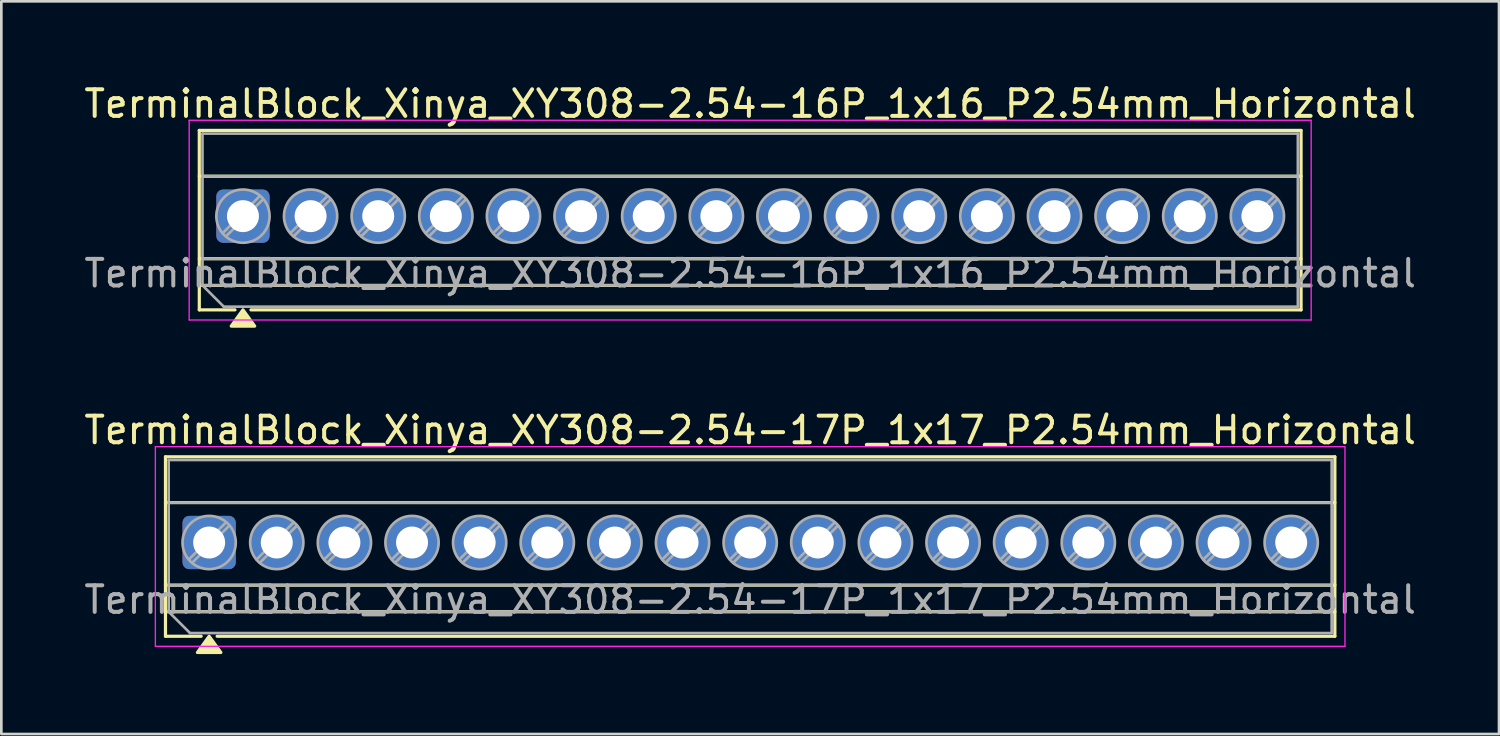
<source format=kicad_pcb>
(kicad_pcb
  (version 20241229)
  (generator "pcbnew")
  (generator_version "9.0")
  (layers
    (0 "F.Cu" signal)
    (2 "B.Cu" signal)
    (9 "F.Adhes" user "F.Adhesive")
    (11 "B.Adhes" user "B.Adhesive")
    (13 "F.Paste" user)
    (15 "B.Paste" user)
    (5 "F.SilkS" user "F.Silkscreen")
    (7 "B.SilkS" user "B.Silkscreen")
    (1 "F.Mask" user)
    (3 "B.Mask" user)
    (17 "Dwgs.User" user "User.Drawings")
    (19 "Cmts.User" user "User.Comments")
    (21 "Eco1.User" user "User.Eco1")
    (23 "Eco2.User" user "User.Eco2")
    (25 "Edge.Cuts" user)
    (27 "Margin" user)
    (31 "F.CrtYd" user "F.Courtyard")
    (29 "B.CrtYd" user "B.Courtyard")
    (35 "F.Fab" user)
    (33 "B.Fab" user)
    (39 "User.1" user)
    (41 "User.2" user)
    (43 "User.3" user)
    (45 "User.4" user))
  (footprint "TerminalBlock_Xinya_XY308-2.54-16P_1x16_P2.54mm_Horizontal"
    (layer "F.Cu")
    (at 6.075 5.068)
    (property "Reference" "TerminalBlock_Xinya_XY308-2.54-16P_1x16_P2.54mm_Horizontal" (at 19.05 -4.22 0) (layer "F.SilkS") (effects (font (size 1 1) (thickness 0.15))))
    (attr through_hole)
    (fp_line (start -1.64 -3.22) (end -1.64 3.52) (stroke (width 0.12) (type solid)) (layer "F.SilkS"))
    (fp_line (start -1.64 -3.22) (end 39.74 -3.22) (stroke (width 0.12) (type solid)) (layer "F.SilkS"))
    (fp_line (start -1.64 -1.5) (end 39.74 -1.5) (stroke (width 0.12) (type solid)) (layer "F.SilkS"))
    (fp_line (start -1.64 1.6) (end 39.74 1.6) (stroke (width 0.12) (type solid)) (layer "F.SilkS"))
    (fp_line (start -1.64 2.6) (end 39.74 2.6) (stroke (width 0.12) (type solid)) (layer "F.SilkS"))
    (fp_line (start -1.64 3.52) (end -0.3 3.52) (stroke (width 0.12) (type solid)) (layer "F.SilkS"))
    (fp_line (start 0.3 3.52) (end 39.74 3.52) (stroke (width 0.12) (type solid)) (layer "F.SilkS"))
    (fp_line (start 39.74 -3.22) (end 39.74 3.52) (stroke (width 0.12) (type solid)) (layer "F.SilkS"))
    (fp_poly (pts (xy 0 3.52) (xy 0.44 4.13) (xy -0.44 4.13)) (stroke (width 0.12) (type solid)) (fill yes) (layer "F.SilkS"))
    (fp_line (start -2.02 -3.6) (end -2.02 3.9) (stroke (width 0.05) (type solid)) (layer "F.CrtYd"))
    (fp_line (start -2.02 3.9) (end 40.12 3.9) (stroke (width 0.05) (type solid)) (layer "F.CrtYd"))
    (fp_line (start 40.12 -3.6) (end -2.02 -3.6) (stroke (width 0.05) (type solid)) (layer "F.CrtYd"))
    (fp_line (start 40.12 3.9) (end 40.12 -3.6) (stroke (width 0.05) (type solid)) (layer "F.CrtYd"))
    (fp_line (start -1.52 -3.1) (end 39.62 -3.1) (stroke (width 0.1) (type solid)) (layer "F.Fab"))
    (fp_line (start -1.52 -1.5) (end 39.62 -1.5) (stroke (width 0.1) (type solid)) (layer "F.Fab"))
    (fp_line (start -1.52 1.6) (end 39.62 1.6) (stroke (width 0.1) (type solid)) (layer "F.Fab"))
    (fp_line (start -1.52 2.6) (end -1.52 -3.1) (stroke (width 0.1) (type solid)) (layer "F.Fab"))
    (fp_line (start -1.52 2.6) (end 39.62 2.6) (stroke (width 0.1) (type solid)) (layer "F.Fab"))
    (fp_line (start -0.72 3.4) (end -1.52 2.6) (stroke (width 0.1) (type solid)) (layer "F.Fab"))
    (fp_line (start 0.636 -0.758) (end -0.758 0.636) (stroke (width 0.1) (type solid)) (layer "F.Fab"))
    (fp_line (start 0.758 -0.636) (end -0.636 0.758) (stroke (width 0.1) (type solid)) (layer "F.Fab"))
    (fp_line (start 3.176 -0.758) (end 1.782 0.636) (stroke (width 0.1) (type solid)) (layer "F.Fab"))
    (fp_line (start 3.298 -0.636) (end 1.904 0.758) (stroke (width 0.1) (type solid)) (layer "F.Fab"))
    (fp_line (start 5.716 -0.758) (end 4.322 0.636) (stroke (width 0.1) (type solid)) (layer "F.Fab"))
    (fp_line (start 5.838 -0.636) (end 4.444 0.758) (stroke (width 0.1) (type solid)) (layer "F.Fab"))
    (fp_line (start 8.256 -0.758) (end 6.862 0.636) (stroke (width 0.1) (type solid)) (layer "F.Fab"))
    (fp_line (start 8.378 -0.636) (end 6.984 0.758) (stroke (width 0.1) (type solid)) (layer "F.Fab"))
    (fp_line (start 10.796 -0.758) (end 9.402 0.636) (stroke (width 0.1) (type solid)) (layer "F.Fab"))
    (fp_line (start 10.918 -0.636) (end 9.524 0.758) (stroke (width 0.1) (type solid)) (layer "F.Fab"))
    (fp_line (start 13.336 -0.758) (end 11.942 0.636) (stroke (width 0.1) (type solid)) (layer "F.Fab"))
    (fp_line (start 13.458 -0.636) (end 12.064 0.758) (stroke (width 0.1) (type solid)) (layer "F.Fab"))
    (fp_line (start 15.876 -0.758) (end 14.482 0.636) (stroke (width 0.1) (type solid)) (layer "F.Fab"))
    (fp_line (start 15.998 -0.636) (end 14.604 0.758) (stroke (width 0.1) (type solid)) (layer "F.Fab"))
    (fp_line (start 18.416 -0.758) (end 17.022 0.636) (stroke (width 0.1) (type solid)) (layer "F.Fab"))
    (fp_line (start 18.538 -0.636) (end 17.144 0.758) (stroke (width 0.1) (type solid)) (layer "F.Fab"))
    (fp_line (start 20.956 -0.758) (end 19.562 0.636) (stroke (width 0.1) (type solid)) (layer "F.Fab"))
    (fp_line (start 21.078 -0.636) (end 19.684 0.758) (stroke (width 0.1) (type solid)) (layer "F.Fab"))
    (fp_line (start 23.496 -0.758) (end 22.102 0.636) (stroke (width 0.1) (type solid)) (layer "F.Fab"))
    (fp_line (start 23.618 -0.636) (end 22.224 0.758) (stroke (width 0.1) (type solid)) (layer "F.Fab"))
    (fp_line (start 26.036 -0.758) (end 24.642 0.636) (stroke (width 0.1) (type solid)) (layer "F.Fab"))
    (fp_line (start 26.158 -0.636) (end 24.764 0.758) (stroke (width 0.1) (type solid)) (layer "F.Fab"))
    (fp_line (start 28.576 -0.758) (end 27.182 0.636) (stroke (width 0.1) (type solid)) (layer "F.Fab"))
    (fp_line (start 28.698 -0.636) (end 27.304 0.758) (stroke (width 0.1) (type solid)) (layer "F.Fab"))
    (fp_line (start 31.116 -0.758) (end 29.722 0.636) (stroke (width 0.1) (type solid)) (layer "F.Fab"))
    (fp_line (start 31.238 -0.636) (end 29.844 0.758) (stroke (width 0.1) (type solid)) (layer "F.Fab"))
    (fp_line (start 33.656 -0.758) (end 32.262 0.636) (stroke (width 0.1) (type solid)) (layer "F.Fab"))
    (fp_line (start 33.778 -0.636) (end 32.384 0.758) (stroke (width 0.1) (type solid)) (layer "F.Fab"))
    (fp_line (start 36.196 -0.758) (end 34.802 0.636) (stroke (width 0.1) (type solid)) (layer "F.Fab"))
    (fp_line (start 36.318 -0.636) (end 34.924 0.758) (stroke (width 0.1) (type solid)) (layer "F.Fab"))
    (fp_line (start 38.736 -0.758) (end 37.342 0.636) (stroke (width 0.1) (type solid)) (layer "F.Fab"))
    (fp_line (start 38.858 -0.636) (end 37.464 0.758) (stroke (width 0.1) (type solid)) (layer "F.Fab"))
    (fp_line (start 39.62 -3.1) (end 39.62 3.4) (stroke (width 0.1) (type solid)) (layer "F.Fab"))
    (fp_line (start 39.62 3.4) (end -0.72 3.4) (stroke (width 0.1) (type solid)) (layer "F.Fab"))
    (fp_circle (center 0 0) (end 1 0) (stroke (width 0.1) (type solid)) (fill no) (layer "F.Fab"))
    (fp_circle (center 2.54 0) (end 3.54 0) (stroke (width 0.1) (type solid)) (fill no) (layer "F.Fab"))
    (fp_circle (center 5.08 0) (end 6.08 0) (stroke (width 0.1) (type solid)) (fill no) (layer "F.Fab"))
    (fp_circle (center 7.62 0) (end 8.62 0) (stroke (width 0.1) (type solid)) (fill no) (layer "F.Fab"))
    (fp_circle (center 10.16 0) (end 11.16 0) (stroke (width 0.1) (type solid)) (fill no) (layer "F.Fab"))
    (fp_circle (center 12.7 0) (end 13.7 0) (stroke (width 0.1) (type solid)) (fill no) (layer "F.Fab"))
    (fp_circle (center 15.24 0) (end 16.24 0) (stroke (width 0.1) (type solid)) (fill no) (layer "F.Fab"))
    (fp_circle (center 17.78 0) (end 18.78 0) (stroke (width 0.1) (type solid)) (fill no) (layer "F.Fab"))
    (fp_circle (center 20.32 0) (end 21.32 0) (stroke (width 0.1) (type solid)) (fill no) (layer "F.Fab"))
    (fp_circle (center 22.86 0) (end 23.86 0) (stroke (width 0.1) (type solid)) (fill no) (layer "F.Fab"))
    (fp_circle (center 25.4 0) (end 26.4 0) (stroke (width 0.1) (type solid)) (fill no) (layer "F.Fab"))
    (fp_circle (center 27.94 0) (end 28.94 0) (stroke (width 0.1) (type solid)) (fill no) (layer "F.Fab"))
    (fp_circle (center 30.48 0) (end 31.48 0) (stroke (width 0.1) (type solid)) (fill no) (layer "F.Fab"))
    (fp_circle (center 33.02 0) (end 34.02 0) (stroke (width 0.1) (type solid)) (fill no) (layer "F.Fab"))
    (fp_circle (center 35.56 0) (end 36.56 0) (stroke (width 0.1) (type solid)) (fill no) (layer "F.Fab"))
    (fp_circle (center 38.1 0) (end 39.1 0) (stroke (width 0.1) (type solid)) (fill no) (layer "F.Fab"))
    (fp_text user "${REFERENCE}" (at 19.05 2.15 0) (layer "F.Fab") (effects (font (size 1 1) (thickness 0.15))))
    (pad "1" thru_hole roundrect (at 0 0) (size 2 2) (drill 1.2) (layers "*.Cu" "*.Mask") (roundrect_rratio 0.125))
    (pad "2" thru_hole circle (at 2.54 0) (size 2 2) (drill 1.2) (layers "*.Cu" "*.Mask"))
    (pad "3" thru_hole circle (at 5.08 0) (size 2 2) (drill 1.2) (layers "*.Cu" "*.Mask"))
    (pad "4" thru_hole circle (at 7.62 0) (size 2 2) (drill 1.2) (layers "*.Cu" "*.Mask"))
    (pad "5" thru_hole circle (at 10.16 0) (size 2 2) (drill 1.2) (layers "*.Cu" "*.Mask"))
    (pad "6" thru_hole circle (at 12.7 0) (size 2 2) (drill 1.2) (layers "*.Cu" "*.Mask"))
    (pad "7" thru_hole circle (at 15.24 0) (size 2 2) (drill 1.2) (layers "*.Cu" "*.Mask"))
    (pad "8" thru_hole circle (at 17.78 0) (size 2 2) (drill 1.2) (layers "*.Cu" "*.Mask"))
    (pad "9" thru_hole circle (at 20.32 0) (size 2 2) (drill 1.2) (layers "*.Cu" "*.Mask"))
    (pad "10" thru_hole circle (at 22.86 0) (size 2 2) (drill 1.2) (layers "*.Cu" "*.Mask"))
    (pad "11" thru_hole circle (at 25.4 0) (size 2 2) (drill 1.2) (layers "*.Cu" "*.Mask"))
    (pad "12" thru_hole circle (at 27.94 0) (size 2 2) (drill 1.2) (layers "*.Cu" "*.Mask"))
    (pad "13" thru_hole circle (at 30.48 0) (size 2 2) (drill 1.2) (layers "*.Cu" "*.Mask"))
    (pad "14" thru_hole circle (at 33.02 0) (size 2 2) (drill 1.2) (layers "*.Cu" "*.Mask"))
    (pad "15" thru_hole circle (at 35.56 0) (size 2 2) (drill 1.2) (layers "*.Cu" "*.Mask"))
    (pad "16" thru_hole circle (at 38.1 0) (size 2 2) (drill 1.2) (layers "*.Cu" "*.Mask")))
  (footprint "TerminalBlock_Xinya_XY308-2.54-17P_1x17_P2.54mm_Horizontal"
    (layer "F.Cu")
    (at 4.805 17.326)
    (property "Reference" "TerminalBlock_Xinya_XY308-2.54-17P_1x17_P2.54mm_Horizontal" (at 20.32 -4.22 0) (layer "F.SilkS") (effects (font (size 1 1) (thickness 0.15))))
    (attr through_hole)
    (fp_line (start -1.64 -3.22) (end -1.64 3.52) (stroke (width 0.12) (type solid)) (layer "F.SilkS"))
    (fp_line (start -1.64 -3.22) (end 42.28 -3.22) (stroke (width 0.12) (type solid)) (layer "F.SilkS"))
    (fp_line (start -1.64 -1.5) (end 42.28 -1.5) (stroke (width 0.12) (type solid)) (layer "F.SilkS"))
    (fp_line (start -1.64 1.6) (end 42.28 1.6) (stroke (width 0.12) (type solid)) (layer "F.SilkS"))
    (fp_line (start -1.64 2.6) (end 42.28 2.6) (stroke (width 0.12) (type solid)) (layer "F.SilkS"))
    (fp_line (start -1.64 3.52) (end -0.3 3.52) (stroke (width 0.12) (type solid)) (layer "F.SilkS"))
    (fp_line (start 0.3 3.52) (end 42.28 3.52) (stroke (width 0.12) (type solid)) (layer "F.SilkS"))
    (fp_line (start 42.28 -3.22) (end 42.28 3.52) (stroke (width 0.12) (type solid)) (layer "F.SilkS"))
    (fp_poly (pts (xy 0 3.52) (xy 0.44 4.13) (xy -0.44 4.13)) (stroke (width 0.12) (type solid)) (fill yes) (layer "F.SilkS"))
    (fp_line (start -2.02 -3.6) (end -2.02 3.9) (stroke (width 0.05) (type solid)) (layer "F.CrtYd"))
    (fp_line (start -2.02 3.9) (end 42.66 3.9) (stroke (width 0.05) (type solid)) (layer "F.CrtYd"))
    (fp_line (start 42.66 -3.6) (end -2.02 -3.6) (stroke (width 0.05) (type solid)) (layer "F.CrtYd"))
    (fp_line (start 42.66 3.9) (end 42.66 -3.6) (stroke (width 0.05) (type solid)) (layer "F.CrtYd"))
    (fp_line (start -1.52 -3.1) (end 42.16 -3.1) (stroke (width 0.1) (type solid)) (layer "F.Fab"))
    (fp_line (start -1.52 -1.5) (end 42.16 -1.5) (stroke (width 0.1) (type solid)) (layer "F.Fab"))
    (fp_line (start -1.52 1.6) (end 42.16 1.6) (stroke (width 0.1) (type solid)) (layer "F.Fab"))
    (fp_line (start -1.52 2.6) (end -1.52 -3.1) (stroke (width 0.1) (type solid)) (layer "F.Fab"))
    (fp_line (start -1.52 2.6) (end 42.16 2.6) (stroke (width 0.1) (type solid)) (layer "F.Fab"))
    (fp_line (start -0.72 3.4) (end -1.52 2.6) (stroke (width 0.1) (type solid)) (layer "F.Fab"))
    (fp_line (start 0.636 -0.758) (end -0.758 0.636) (stroke (width 0.1) (type solid)) (layer "F.Fab"))
    (fp_line (start 0.758 -0.636) (end -0.636 0.758) (stroke (width 0.1) (type solid)) (layer "F.Fab"))
    (fp_line (start 3.176 -0.758) (end 1.782 0.636) (stroke (width 0.1) (type solid)) (layer "F.Fab"))
    (fp_line (start 3.298 -0.636) (end 1.904 0.758) (stroke (width 0.1) (type solid)) (layer "F.Fab"))
    (fp_line (start 5.716 -0.758) (end 4.322 0.636) (stroke (width 0.1) (type solid)) (layer "F.Fab"))
    (fp_line (start 5.838 -0.636) (end 4.444 0.758) (stroke (width 0.1) (type solid)) (layer "F.Fab"))
    (fp_line (start 8.256 -0.758) (end 6.862 0.636) (stroke (width 0.1) (type solid)) (layer "F.Fab"))
    (fp_line (start 8.378 -0.636) (end 6.984 0.758) (stroke (width 0.1) (type solid)) (layer "F.Fab"))
    (fp_line (start 10.796 -0.758) (end 9.402 0.636) (stroke (width 0.1) (type solid)) (layer "F.Fab"))
    (fp_line (start 10.918 -0.636) (end 9.524 0.758) (stroke (width 0.1) (type solid)) (layer "F.Fab"))
    (fp_line (start 13.336 -0.758) (end 11.942 0.636) (stroke (width 0.1) (type solid)) (layer "F.Fab"))
    (fp_line (start 13.458 -0.636) (end 12.064 0.758) (stroke (width 0.1) (type solid)) (layer "F.Fab"))
    (fp_line (start 15.876 -0.758) (end 14.482 0.636) (stroke (width 0.1) (type solid)) (layer "F.Fab"))
    (fp_line (start 15.998 -0.636) (end 14.604 0.758) (stroke (width 0.1) (type solid)) (layer "F.Fab"))
    (fp_line (start 18.416 -0.758) (end 17.022 0.636) (stroke (width 0.1) (type solid)) (layer "F.Fab"))
    (fp_line (start 18.538 -0.636) (end 17.144 0.758) (stroke (width 0.1) (type solid)) (layer "F.Fab"))
    (fp_line (start 20.956 -0.758) (end 19.562 0.636) (stroke (width 0.1) (type solid)) (layer "F.Fab"))
    (fp_line (start 21.078 -0.636) (end 19.684 0.758) (stroke (width 0.1) (type solid)) (layer "F.Fab"))
    (fp_line (start 23.496 -0.758) (end 22.102 0.636) (stroke (width 0.1) (type solid)) (layer "F.Fab"))
    (fp_line (start 23.618 -0.636) (end 22.224 0.758) (stroke (width 0.1) (type solid)) (layer "F.Fab"))
    (fp_line (start 26.036 -0.758) (end 24.642 0.636) (stroke (width 0.1) (type solid)) (layer "F.Fab"))
    (fp_line (start 26.158 -0.636) (end 24.764 0.758) (stroke (width 0.1) (type solid)) (layer "F.Fab"))
    (fp_line (start 28.576 -0.758) (end 27.182 0.636) (stroke (width 0.1) (type solid)) (layer "F.Fab"))
    (fp_line (start 28.698 -0.636) (end 27.304 0.758) (stroke (width 0.1) (type solid)) (layer "F.Fab"))
    (fp_line (start 31.116 -0.758) (end 29.722 0.636) (stroke (width 0.1) (type solid)) (layer "F.Fab"))
    (fp_line (start 31.238 -0.636) (end 29.844 0.758) (stroke (width 0.1) (type solid)) (layer "F.Fab"))
    (fp_line (start 33.656 -0.758) (end 32.262 0.636) (stroke (width 0.1) (type solid)) (layer "F.Fab"))
    (fp_line (start 33.778 -0.636) (end 32.384 0.758) (stroke (width 0.1) (type solid)) (layer "F.Fab"))
    (fp_line (start 36.196 -0.758) (end 34.802 0.636) (stroke (width 0.1) (type solid)) (layer "F.Fab"))
    (fp_line (start 36.318 -0.636) (end 34.924 0.758) (stroke (width 0.1) (type solid)) (layer "F.Fab"))
    (fp_line (start 38.736 -0.758) (end 37.342 0.636) (stroke (width 0.1) (type solid)) (layer "F.Fab"))
    (fp_line (start 38.858 -0.636) (end 37.464 0.758) (stroke (width 0.1) (type solid)) (layer "F.Fab"))
    (fp_line (start 41.276 -0.758) (end 39.882 0.636) (stroke (width 0.1) (type solid)) (layer "F.Fab"))
    (fp_line (start 41.398 -0.636) (end 40.004 0.758) (stroke (width 0.1) (type solid)) (layer "F.Fab"))
    (fp_line (start 42.16 -3.1) (end 42.16 3.4) (stroke (width 0.1) (type solid)) (layer "F.Fab"))
    (fp_line (start 42.16 3.4) (end -0.72 3.4) (stroke (width 0.1) (type solid)) (layer "F.Fab"))
    (fp_circle (center 0 0) (end 1 0) (stroke (width 0.1) (type solid)) (fill no) (layer "F.Fab"))
    (fp_circle (center 2.54 0) (end 3.54 0) (stroke (width 0.1) (type solid)) (fill no) (layer "F.Fab"))
    (fp_circle (center 5.08 0) (end 6.08 0) (stroke (width 0.1) (type solid)) (fill no) (layer "F.Fab"))
    (fp_circle (center 7.62 0) (end 8.62 0) (stroke (width 0.1) (type solid)) (fill no) (layer "F.Fab"))
    (fp_circle (center 10.16 0) (end 11.16 0) (stroke (width 0.1) (type solid)) (fill no) (layer "F.Fab"))
    (fp_circle (center 12.7 0) (end 13.7 0) (stroke (width 0.1) (type solid)) (fill no) (layer "F.Fab"))
    (fp_circle (center 15.24 0) (end 16.24 0) (stroke (width 0.1) (type solid)) (fill no) (layer "F.Fab"))
    (fp_circle (center 17.78 0) (end 18.78 0) (stroke (width 0.1) (type solid)) (fill no) (layer "F.Fab"))
    (fp_circle (center 20.32 0) (end 21.32 0) (stroke (width 0.1) (type solid)) (fill no) (layer "F.Fab"))
    (fp_circle (center 22.86 0) (end 23.86 0) (stroke (width 0.1) (type solid)) (fill no) (layer "F.Fab"))
    (fp_circle (center 25.4 0) (end 26.4 0) (stroke (width 0.1) (type solid)) (fill no) (layer "F.Fab"))
    (fp_circle (center 27.94 0) (end 28.94 0) (stroke (width 0.1) (type solid)) (fill no) (layer "F.Fab"))
    (fp_circle (center 30.48 0) (end 31.48 0) (stroke (width 0.1) (type solid)) (fill no) (layer "F.Fab"))
    (fp_circle (center 33.02 0) (end 34.02 0) (stroke (width 0.1) (type solid)) (fill no) (layer "F.Fab"))
    (fp_circle (center 35.56 0) (end 36.56 0) (stroke (width 0.1) (type solid)) (fill no) (layer "F.Fab"))
    (fp_circle (center 38.1 0) (end 39.1 0) (stroke (width 0.1) (type solid)) (fill no) (layer "F.Fab"))
    (fp_circle (center 40.64 0) (end 41.64 0) (stroke (width 0.1) (type solid)) (fill no) (layer "F.Fab"))
    (fp_text user "${REFERENCE}" (at 20.32 2.15 0) (layer "F.Fab") (effects (font (size 1 1) (thickness 0.15))))
    (pad "1" thru_hole roundrect (at 0 0) (size 2 2) (drill 1.2) (layers "*.Cu" "*.Mask") (roundrect_rratio 0.125))
    (pad "2" thru_hole circle (at 2.54 0) (size 2 2) (drill 1.2) (layers "*.Cu" "*.Mask"))
    (pad "3" thru_hole circle (at 5.08 0) (size 2 2) (drill 1.2) (layers "*.Cu" "*.Mask"))
    (pad "4" thru_hole circle (at 7.62 0) (size 2 2) (drill 1.2) (layers "*.Cu" "*.Mask"))
    (pad "5" thru_hole circle (at 10.16 0) (size 2 2) (drill 1.2) (layers "*.Cu" "*.Mask"))
    (pad "6" thru_hole circle (at 12.7 0) (size 2 2) (drill 1.2) (layers "*.Cu" "*.Mask"))
    (pad "7" thru_hole circle (at 15.24 0) (size 2 2) (drill 1.2) (layers "*.Cu" "*.Mask"))
    (pad "8" thru_hole circle (at 17.78 0) (size 2 2) (drill 1.2) (layers "*.Cu" "*.Mask"))
    (pad "9" thru_hole circle (at 20.32 0) (size 2 2) (drill 1.2) (layers "*.Cu" "*.Mask"))
    (pad "10" thru_hole circle (at 22.86 0) (size 2 2) (drill 1.2) (layers "*.Cu" "*.Mask"))
    (pad "11" thru_hole circle (at 25.4 0) (size 2 2) (drill 1.2) (layers "*.Cu" "*.Mask"))
    (pad "12" thru_hole circle (at 27.94 0) (size 2 2) (drill 1.2) (layers "*.Cu" "*.Mask"))
    (pad "13" thru_hole circle (at 30.48 0) (size 2 2) (drill 1.2) (layers "*.Cu" "*.Mask"))
    (pad "14" thru_hole circle (at 33.02 0) (size 2 2) (drill 1.2) (layers "*.Cu" "*.Mask"))
    (pad "15" thru_hole circle (at 35.56 0) (size 2 2) (drill 1.2) (layers "*.Cu" "*.Mask"))
    (pad "16" thru_hole circle (at 38.1 0) (size 2 2) (drill 1.2) (layers "*.Cu" "*.Mask"))
    (pad "17" thru_hole circle (at 40.64 0) (size 2 2) (drill 1.2) (layers "*.Cu" "*.Mask")))
  (gr_rect
    (start -3 -3)
    (end 53.25 24.517)
    (stroke (width 0.1) (type default))
    (fill no)
    (layer "Edge.Cuts")))
</source>
